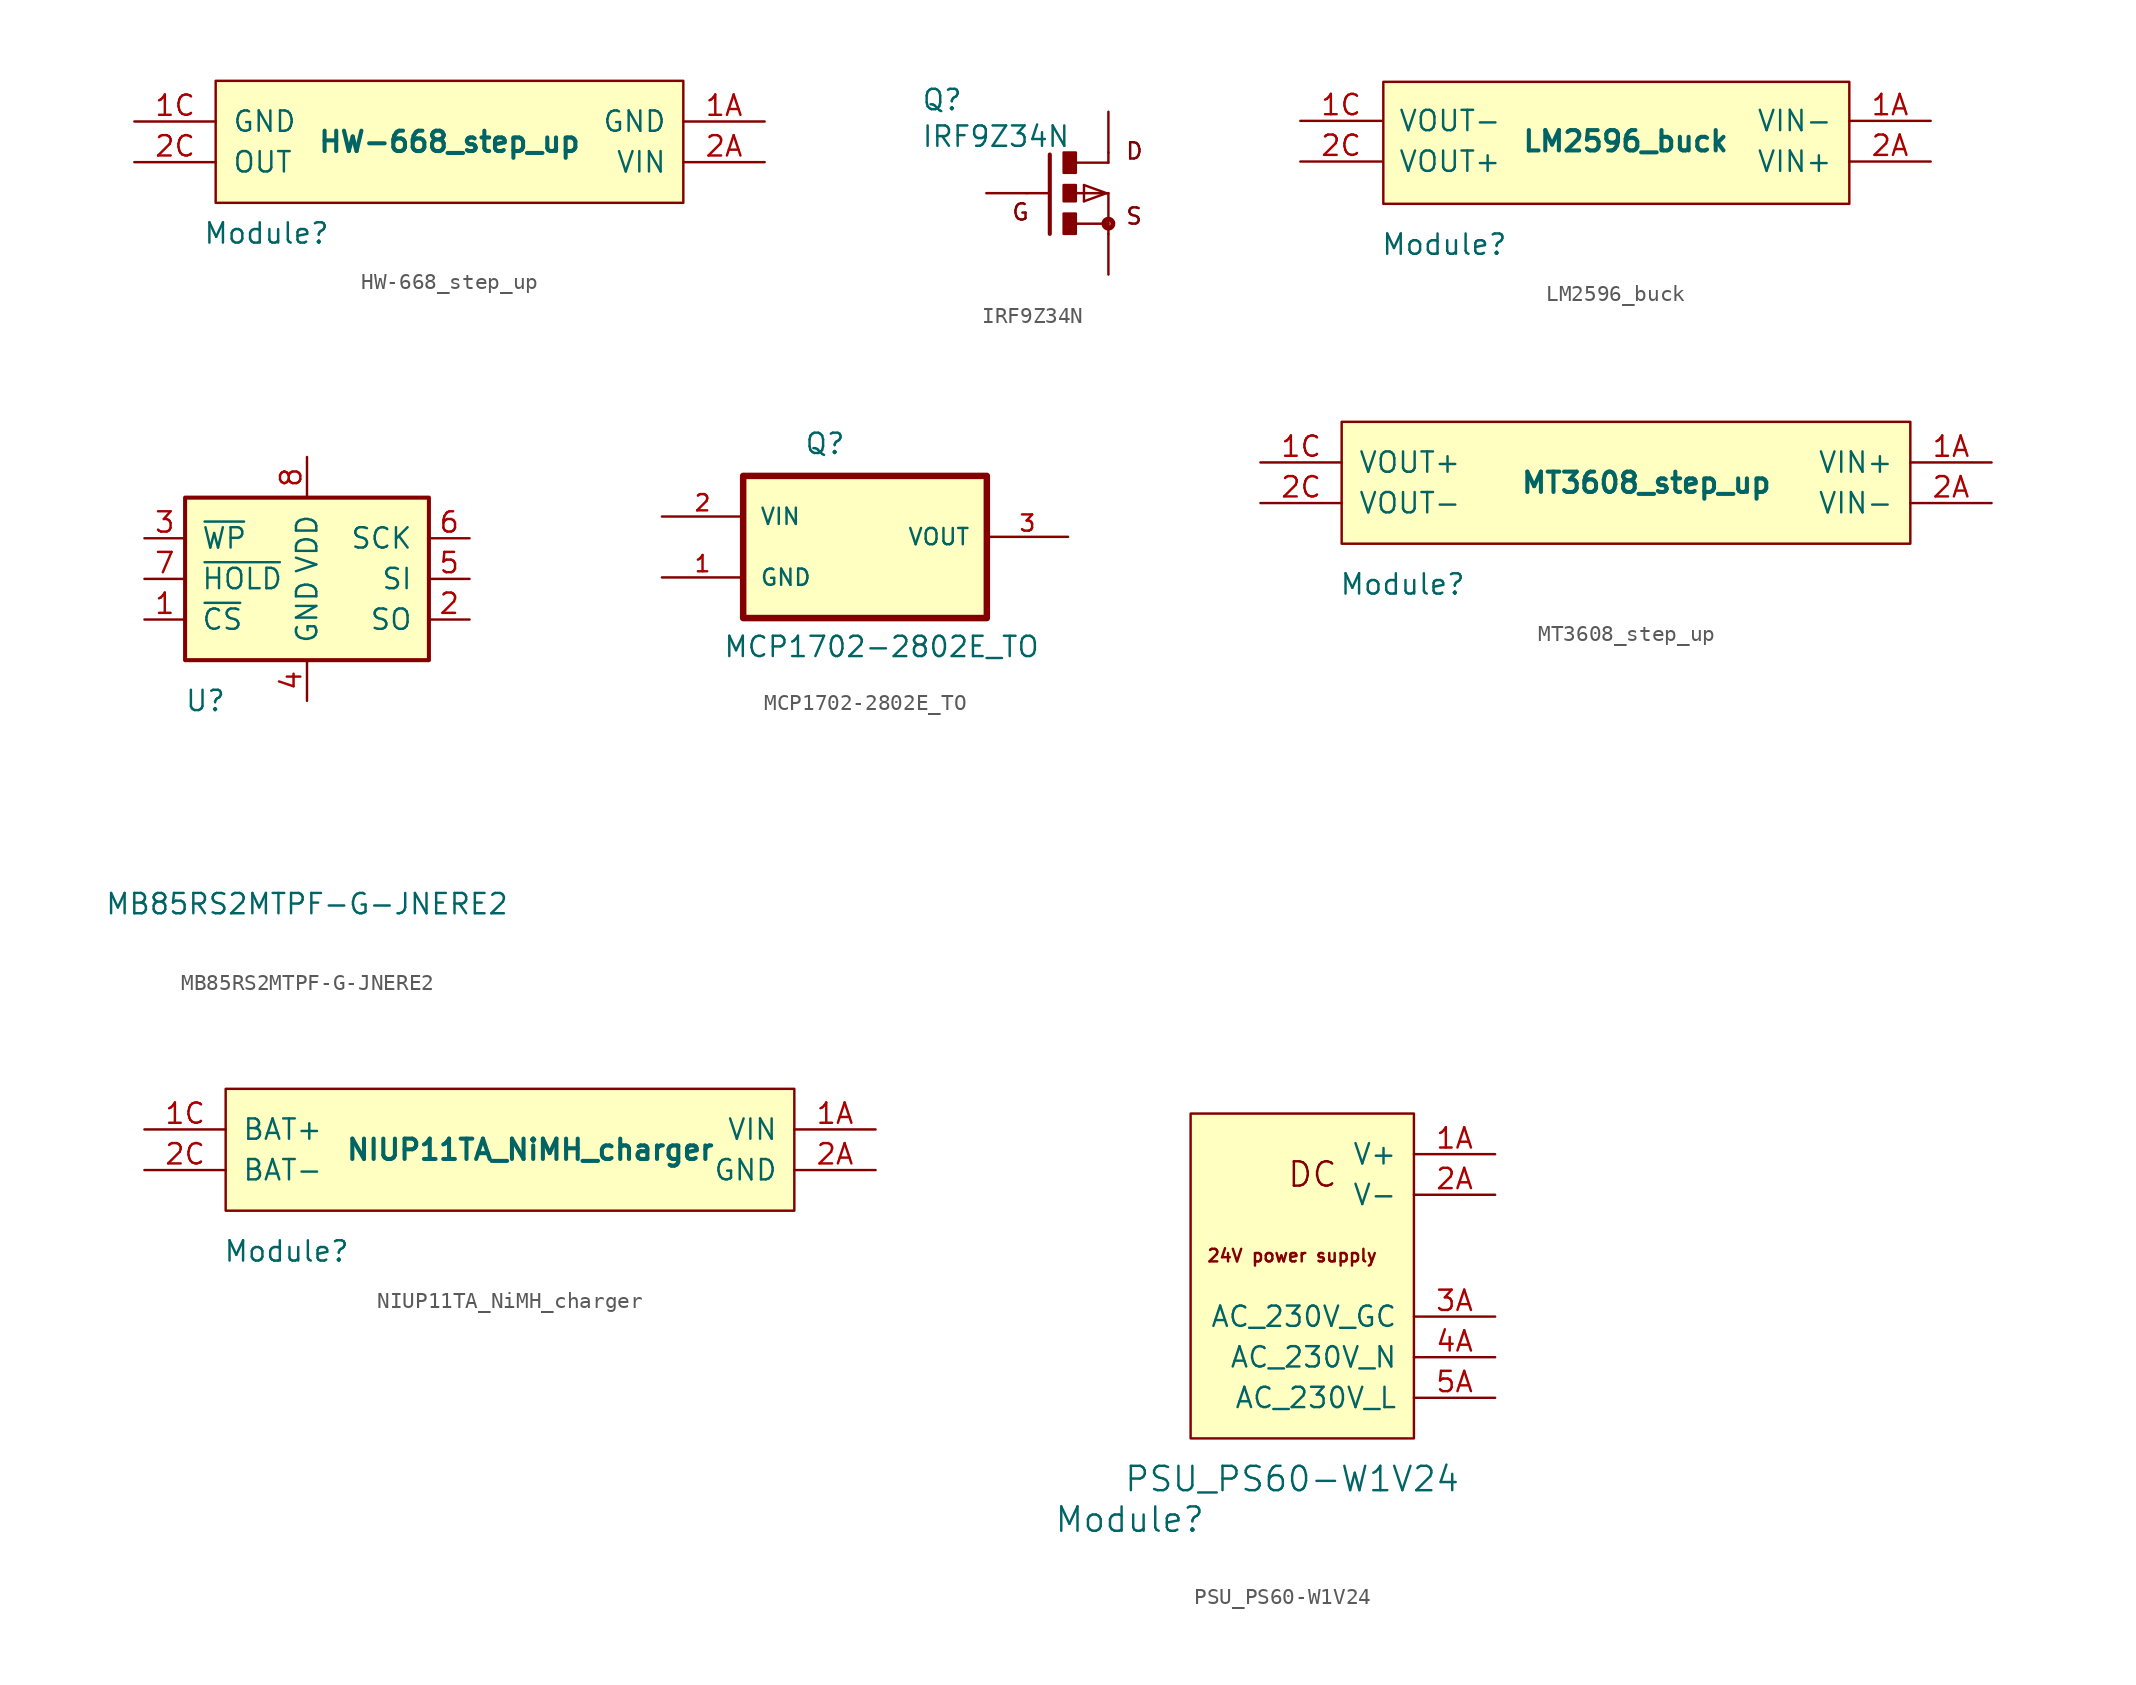
<source format=kicad_sym>
(kicad_symbol_lib
  (version 20211014)
  (generator kicad_symbol_editor)
  (symbol "HW-668_step_up"
    (pin_names
      (offset 1.016))
    (property "Reference" "Module"
      (at -22.225 -9.525 0)
      (effects (font (size 1.27 1.27))))
    (property "Value" "HW-668_step_up"
      (at -10.795 -3.81 0)
      (effects (font (size 1.27 1.27) bold)))
    (symbol "HW-668_step_up_0_0"
      (rectangle (start -25.4 0) (end 3.81 -7.62) (stroke (width 0) (type default) (color 0 0 0 0)) (fill (type background))))
    (symbol "HW-668_step_up_1_1"
      (pin power_in line (at 8.89 -2.54 180) (length 5.08) (name "GND" (effects (font (size 1.27 1.27)))) (number "1A" (effects (font (size 1.27 1.27)))))
      (pin input line (at -30.48 -2.54 0) (length 5.08) (name "GND" (effects (font (size 1.27 1.27)))) (number "1C" (effects (font (size 1.27 1.27)))))
      (pin power_in line (at 8.89 -5.08 180) (length 5.08) (name "VIN" (effects (font (size 1.27 1.27)))) (number "2A" (effects (font (size 1.27 1.27)))))
      (pin power_in line (at -30.48 -5.08 0) (length 5.08) (name "OUT" (effects (font (size 1.27 1.27)))) (number "2C" (effects (font (size 1.27 1.27)))))))
  (symbol "IRF9Z34N"
    (pin_numbers hide)
    (pin_names
      (offset 1.016) hide)
    (property "Reference" "Q"
      (at -9.144 5.08 0)
      (effects (font (size 1.27 1.27)) (justify left bottom)))
    (property "Value" "IRF9Z34N"
      (at -9.144 2.794 0)
      (effects (font (size 1.27 1.27)) (justify left bottom)))
    (property "ki_locked" ""
      (at 0 0 0)
      (effects (font (size 1.27 1.27))))
    (symbol "IRF9Z34N_0_0"
      (rectangle (start -0.254 -2.54) (end 0.508 -1.27) (stroke (width 0) (type default) (color 0 0 0 0)) (fill (type outline)))
      (rectangle (start -0.254 -0.508) (end 0.508 0.508) (stroke (width 0) (type default) (color 0 0 0 0)) (fill (type outline)))
      (rectangle (start -0.254 1.27) (end 0.508 2.54) (stroke (width 0) (type default) (color 0 0 0 0)) (fill (type outline)))
      (polyline (pts (xy -2.54 0) (xy -1.219 0)) (stroke (width 0.152) (type default) (color 0 0 0 0)) (fill (type none)))
      (polyline (pts (xy -1.118 2.413) (xy -1.118 -2.54)) (stroke (width 0.254) (type default) (color 0 0 0 0)) (fill (type none)))
      (polyline (pts (xy 0.508 -1.905) (xy 2.54 -1.905)) (stroke (width 0.152) (type default) (color 0 0 0 0)) (fill (type none)))
      (polyline (pts (xy 1.016 -0.508) (xy 1.016 0.508)) (stroke (width 0.152) (type default) (color 0 0 0 0)) (fill (type none)))
      (polyline (pts (xy 1.016 0.508) (xy 2.413 0)) (stroke (width 0.152) (type default) (color 0 0 0 0)) (fill (type none)))
      (polyline (pts (xy 2.286 0) (xy 0.254 0)) (stroke (width 0.152) (type default) (color 0 0 0 0)) (fill (type none)))
      (polyline (pts (xy 2.413 0) (xy 1.016 -0.508)) (stroke (width 0.152) (type default) (color 0 0 0 0)) (fill (type none)))
      (polyline (pts (xy 2.413 0) (xy 2.54 0)) (stroke (width 0.152) (type default) (color 0 0 0 0)) (fill (type none)))
      (polyline (pts (xy 2.54 0) (xy 2.54 -2.54)) (stroke (width 0.152) (type default) (color 0 0 0 0)) (fill (type none)))
      (polyline (pts (xy 2.54 1.905) (xy 0.533 1.905)) (stroke (width 0.152) (type default) (color 0 0 0 0)) (fill (type none)))
      (polyline (pts (xy 2.54 2.54) (xy 2.54 1.905)) (stroke (width 0.152) (type default) (color 0 0 0 0)) (fill (type none)))
      (circle (center 2.54 -1.905) (radius 0.127) (stroke (width 0.305) (type default) (color 0 0 0 0)) (fill (type none)))
      (text "D" (at 3.556 2.032 0) (effects (font (size 1.016 1.016)) (justify left bottom)))
      (text "G" (at -3.556 -1.778 0) (effects (font (size 1.016 1.016)) (justify left bottom)))
      (text "S" (at 3.556 -2.032 0) (effects (font (size 1.016 1.016)) (justify left bottom)))
      (pin passive line (at -5.08 0 0) (length 2.54) (name "~" (effects (font (size 1.016 1.016)))) (number "1" (effects (font (size 1.016 1.016)))))
      (pin passive line (at 2.54 5.08 270) (length 2.54) (name "~" (effects (font (size 1.016 1.016)))) (number "2" (effects (font (size 1.016 1.016)))))
      (pin passive line (at 2.54 -5.08 90) (length 2.54) (name "~" (effects (font (size 1.016 1.016)))) (number "3" (effects (font (size 1.016 1.016)))))))
  (symbol "LM2596_buck"
    (pin_names
      (offset 1.016))
    (property "Reference" "Module"
      (at 3.912 -10.262 0)
      (effects (font (size 1.27 1.27))))
    (property "Value" "LM2596_buck"
      (at 15.24 -3.81 0)
      (effects (font (size 1.27 1.27) bold)))
    (symbol "LM2596_buck_0_0"
      (rectangle (start 0.102 -7.722) (end 29.21 -0.102) (stroke (width 0) (type default) (color 0 0 0 0)) (fill (type background))))
    (symbol "LM2596_buck_1_1"
      (pin power_in line (at 34.29 -2.54 180) (length 5.08) (name "VIN-" (effects (font (size 1.27 1.27)))) (number "1A" (effects (font (size 1.27 1.27)))))
      (pin power_in line (at -5.08 -2.54 0) (length 5.08) (name "VOUT-" (effects (font (size 1.27 1.27)))) (number "1C" (effects (font (size 1.27 1.27)))))
      (pin power_in line (at 34.29 -5.08 180) (length 5.08) (name "VIN+" (effects (font (size 1.27 1.27)))) (number "2A" (effects (font (size 1.27 1.27)))))
      (pin power_in line (at -5.08 -5.08 0) (length 5.08) (name "VOUT+" (effects (font (size 1.27 1.27)))) (number "2C" (effects (font (size 1.27 1.27)))))))
  (symbol "MB85RS2MTPF-G-JNERE2"
    (pin_names
      (offset 0.991))
    (property "Reference" "U"
      (at 1.27 -12.7 0)
      (effects (font (size 1.27 1.27))))
    (property "Value" "MB85RS2MTPF-G-JNERE2"
      (at 7.62 -25.4 0)
      (effects (font (size 1.27 1.27))))
    (symbol "MB85RS2MTPF-G-JNERE2_1_1"
      (rectangle (start 0 0) (end 15.24 -10.16) (stroke (width 0.254) (type default) (color 0 0 0 0)) (fill (type background)))
      (pin input line (at -2.54 -7.62 0) (length 2.54) (name "~{CS}" (effects (font (size 1.27 1.27)))) (number "1" (effects (font (size 1.27 1.27)))))
      (pin tri_state line (at 17.78 -7.62 180) (length 2.54) (name "SO" (effects (font (size 1.27 1.27)))) (number "2" (effects (font (size 1.27 1.27)))))
      (pin input line (at -2.54 -2.54 0) (length 2.54) (name "~{WP}" (effects (font (size 1.27 1.27)))) (number "3" (effects (font (size 1.27 1.27)))))
      (pin power_in line (at 7.62 -12.7 90) (length 2.54) (name "GND" (effects (font (size 1.27 1.27)))) (number "4" (effects (font (size 1.27 1.27)))))
      (pin input line (at 17.78 -5.08 180) (length 2.54) (name "SI" (effects (font (size 1.27 1.27)))) (number "5" (effects (font (size 1.27 1.27)))))
      (pin input line (at 17.78 -2.54 180) (length 2.54) (name "SCK" (effects (font (size 1.27 1.27)))) (number "6" (effects (font (size 1.27 1.27)))))
      (pin input line (at -2.54 -5.08 0) (length 2.54) (name "~{HOLD}" (effects (font (size 1.27 1.27)))) (number "7" (effects (font (size 1.27 1.27)))))
      (pin power_in line (at 7.62 2.54 270) (length 2.54) (name "VDD" (effects (font (size 1.27 1.27)))) (number "8" (effects (font (size 1.27 1.27)))))))
  (symbol "MCP1702-2802E_TO"
    (pin_names
      (offset 1.016))
    (property "Reference" "Q"
      (at 3.81 1.27 0)
      (effects (font (size 1.27 1.27)) (justify left bottom)))
    (property "Value" "MCP1702-2802E_TO"
      (at -1.27 -11.43 0)
      (effects (font (size 1.27 1.27)) (justify left bottom)))
    (symbol "MCP1702-2802E_TO_0_0"
      (rectangle (start 0 -8.89) (end 15.24 0) (stroke (width 0.406) (type default) (color 0 0 0 0)) (fill (type background)))
      (pin power_in line (at -5.08 -6.35 0) (length 5.08) (name "GND" (effects (font (size 1.016 1.016)))) (number "1" (effects (font (size 1.016 1.016)))))
      (pin power_in line (at -5.08 -2.54 0) (length 5.08) (name "VIN" (effects (font (size 1.016 1.016)))) (number "2" (effects (font (size 1.016 1.016)))))
      (pin power_in line (at 20.32 -3.81 180) (length 5.08) (name "VOUT" (effects (font (size 1.016 1.016)))) (number "3" (effects (font (size 1.016 1.016)))))))
  (symbol "MT3608_step_up"
    (pin_names
      (offset 1.016))
    (property "Reference" "Module"
      (at -21.59 -10.16 0)
      (effects (font (size 1.27 1.27))))
    (property "Value" "MT3608_step_up"
      (at -6.35 -3.81 0)
      (effects (font (size 1.27 1.27) bold)))
    (symbol "MT3608_step_up_0_0"
      (rectangle (start -25.4 -7.62) (end 10.16 0) (stroke (width 0) (type default) (color 0 0 0 0)) (fill (type background))))
    (symbol "MT3608_step_up_1_1"
      (pin power_in line (at 15.24 -2.54 180) (length 5.08) (name "VIN+" (effects (font (size 1.27 1.27)))) (number "1A" (effects (font (size 1.27 1.27)))))
      (pin power_out line (at -30.48 -2.54 0) (length 5.08) (name "VOUT+" (effects (font (size 1.27 1.27)))) (number "1C" (effects (font (size 1.27 1.27)))))
      (pin power_in line (at 15.24 -5.08 180) (length 5.08) (name "VIN-" (effects (font (size 1.27 1.27)))) (number "2A" (effects (font (size 1.27 1.27)))))
      (pin power_in line (at -30.48 -5.08 0) (length 5.08) (name "VOUT-" (effects (font (size 1.27 1.27)))) (number "2C" (effects (font (size 1.27 1.27)))))))
  (symbol "NIUP11TA_NiMH_charger"
    (pin_names
      (offset 1.016))
    (property "Reference" "Module"
      (at 3.81 -10.16 0)
      (effects (font (size 1.27 1.27))))
    (property "Value" "NIUP11TA_NiMH_charger"
      (at 19.05 -3.81 0)
      (effects (font (size 1.27 1.27) bold)))
    (symbol "NIUP11TA_NiMH_charger_0_0"
      (rectangle (start 0 -7.62) (end 35.56 0) (stroke (width 0) (type default) (color 0 0 0 0)) (fill (type background))))
    (symbol "NIUP11TA_NiMH_charger_1_1"
      (pin power_in line (at 40.64 -2.54 180) (length 5.08) (name "VIN" (effects (font (size 1.27 1.27)))) (number "1A" (effects (font (size 1.27 1.27)))))
      (pin power_out line (at -5.08 -2.54 0) (length 5.08) (name "BAT+" (effects (font (size 1.27 1.27)))) (number "1C" (effects (font (size 1.27 1.27)))))
      (pin power_in line (at 40.64 -5.08 180) (length 5.08) (name "GND" (effects (font (size 1.27 1.27)))) (number "2A" (effects (font (size 1.27 1.27)))))
      (pin power_out line (at -5.08 -5.08 0) (length 5.08) (name "BAT-" (effects (font (size 1.27 1.27)))) (number "2C" (effects (font (size 1.27 1.27)))))))
  (symbol "PSU_PS60-W1V24"
    (pin_names
      (offset 1.016))
    (property "Reference" "Module"
      (at -3.81 -25.4 0)
      (effects (font (size 1.524 1.524))))
    (property "Value" "PSU_PS60-W1V24"
      (at 6.35 -22.86 0)
      (effects (font (size 1.524 1.524))))
    (symbol "PSU_PS60-W1V24_0_0"
      (text "24V power supply" (at 6.35 -8.89 0) (effects (font (size 0.787 0.787))))
      (text "DC" (at 7.62 -3.81 0) (effects (font (size 1.524 1.524)))))
    (symbol "PSU_PS60-W1V24_0_1"
      (rectangle (start 0 0) (end 13.97 -20.32) (stroke (width 0) (type default) (color 0 0 0 0)) (fill (type background))))
    (symbol "PSU_PS60-W1V24_1_1"
      (pin power_out line (at 19.05 -2.54 180) (length 5.08) (name "V+" (effects (font (size 1.27 1.27)))) (number "1A" (effects (font (size 1.27 1.27)))))
      (pin power_out line (at 19.05 -5.08 180) (length 5.08) (name "V-" (effects (font (size 1.27 1.27)))) (number "2A" (effects (font (size 1.27 1.27)))))
      (pin power_in line (at 19.05 -12.7 180) (length 5.08) (name "AC_230V_GC" (effects (font (size 1.27 1.27)))) (number "3A" (effects (font (size 1.27 1.27)))))
      (pin power_in line (at 19.05 -15.24 180) (length 5.08) (name "AC_230V_N" (effects (font (size 1.27 1.27)))) (number "4A" (effects (font (size 1.27 1.27)))))
      (pin power_in line (at 19.05 -17.78 180) (length 5.08) (name "AC_230V_L" (effects (font (size 1.27 1.27)))) (number "5A" (effects (font (size 1.27 1.27))))))))
</source>
